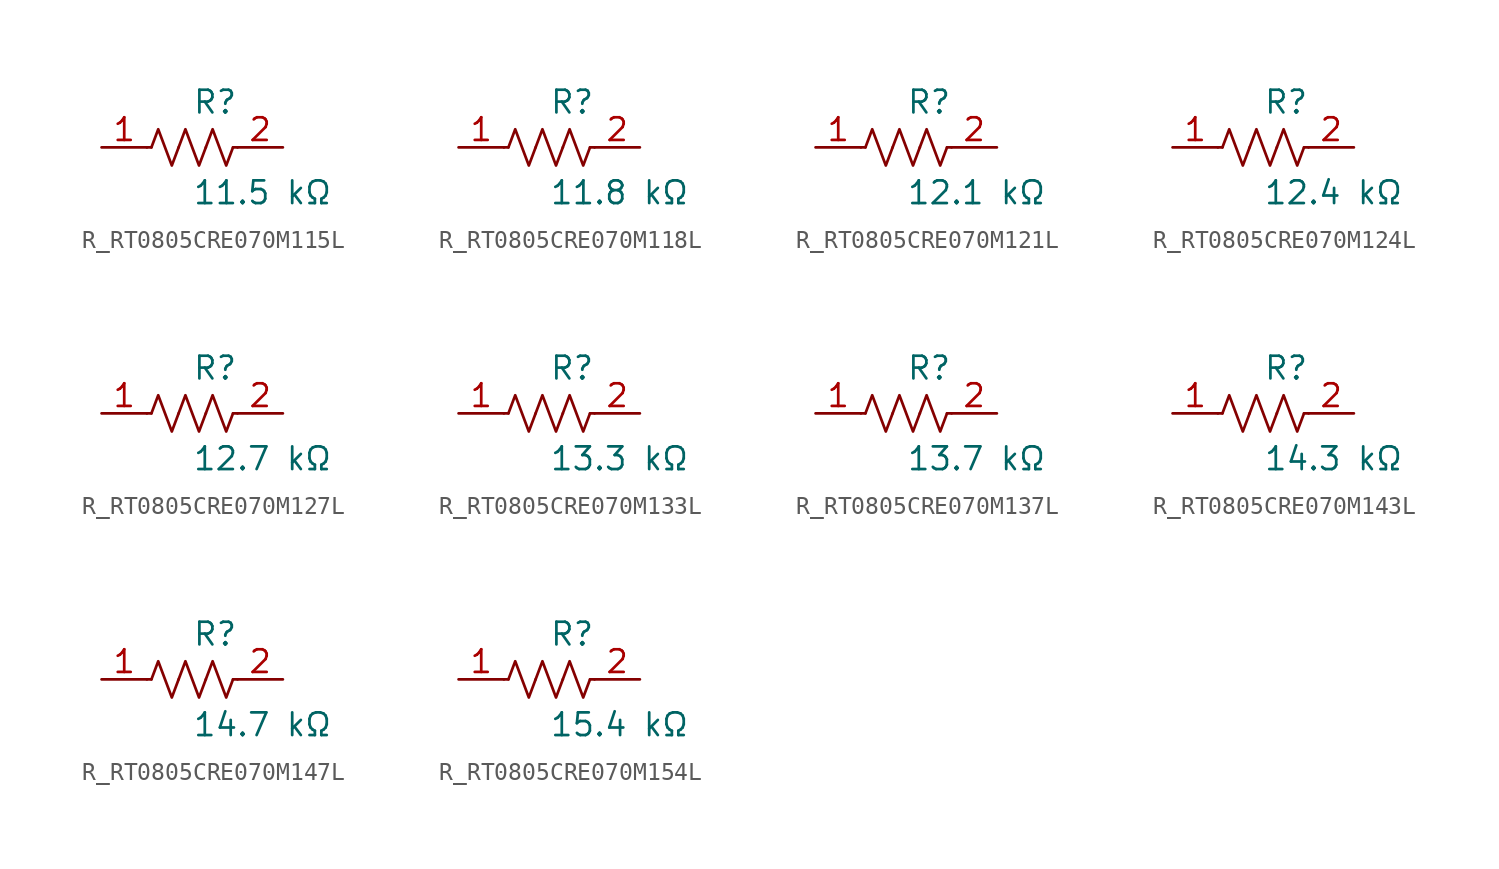
<source format=kicad_sym>
(kicad_symbol_lib
  (version 20231120)
  (generator kicad_symbol_editor)
  (generator_version 8.0)
  (symbol "R_RT0805CRE070M115L"
    (pin_names
      (offset 0.254))
    (property "Reference" "R"
      (at 0.0 2.54 0)
      (effects (font (size 1.27 1.27)) (justify left)))
    (property "Value" "11.5 kΩ"
      (at 0.0 -2.54 0)
      (effects (font (size 1.27 1.27)) (justify left)))
    (symbol "R_RT0805CRE070M115L_0_1"
      (polyline (pts (xy 2.286 0) (xy 2.54 0)) (stroke (width 0) (type default)) (fill (type none)))
      (polyline (pts (xy -2.286 0) (xy -2.54 0)) (stroke (width 0) (type default)) (fill (type none)))
      (polyline (pts (xy 0.762 0) (xy 1.143 1.016) (xy 1.524 0) (xy 1.905 -1.016) (xy 2.286 0)) (stroke (width 0) (type default)) (fill (type none)))
      (polyline (pts (xy -0.762 0) (xy -0.381 1.016) (xy 0 0) (xy 0.381 -1.016) (xy 0.762 0)) (stroke (width 0) (type default)) (fill (type none)))
      (polyline (pts (xy -2.286 0) (xy -1.905 1.016) (xy -1.524 0) (xy -1.143 -1.016) (xy -0.762 0)) (stroke (width 0) (type default)) (fill (type none))))
    (pin unspecified line
      (at -5.08 0 0)
      (length 2.54)
      (name "" (effects (font (size 1.27 1.27))))
      (number "1" (effects (font (size 1.27 1.27)))))
    (pin unspecified line
      (at 5.08 0 180)
      (length 2.54)
      (name "" (effects (font (size 1.27 1.27))))
      (number "2" (effects (font (size 1.27 1.27))))))
  (symbol "R_RT0805CRE070M118L"
    (pin_names
      (offset 0.254))
    (property "Reference" "R"
      (at 0.0 2.54 0)
      (effects (font (size 1.27 1.27)) (justify left)))
    (property "Value" "11.8 kΩ"
      (at 0.0 -2.54 0)
      (effects (font (size 1.27 1.27)) (justify left)))
    (symbol "R_RT0805CRE070M118L_0_1"
      (polyline (pts (xy 2.286 0) (xy 2.54 0)) (stroke (width 0) (type default)) (fill (type none)))
      (polyline (pts (xy -2.286 0) (xy -2.54 0)) (stroke (width 0) (type default)) (fill (type none)))
      (polyline (pts (xy 0.762 0) (xy 1.143 1.016) (xy 1.524 0) (xy 1.905 -1.016) (xy 2.286 0)) (stroke (width 0) (type default)) (fill (type none)))
      (polyline (pts (xy -0.762 0) (xy -0.381 1.016) (xy 0 0) (xy 0.381 -1.016) (xy 0.762 0)) (stroke (width 0) (type default)) (fill (type none)))
      (polyline (pts (xy -2.286 0) (xy -1.905 1.016) (xy -1.524 0) (xy -1.143 -1.016) (xy -0.762 0)) (stroke (width 0) (type default)) (fill (type none))))
    (pin unspecified line
      (at -5.08 0 0)
      (length 2.54)
      (name "" (effects (font (size 1.27 1.27))))
      (number "1" (effects (font (size 1.27 1.27)))))
    (pin unspecified line
      (at 5.08 0 180)
      (length 2.54)
      (name "" (effects (font (size 1.27 1.27))))
      (number "2" (effects (font (size 1.27 1.27))))))
  (symbol "R_RT0805CRE070M121L"
    (pin_names
      (offset 0.254))
    (property "Reference" "R"
      (at 0.0 2.54 0)
      (effects (font (size 1.27 1.27)) (justify left)))
    (property "Value" "12.1 kΩ"
      (at 0.0 -2.54 0)
      (effects (font (size 1.27 1.27)) (justify left)))
    (symbol "R_RT0805CRE070M121L_0_1"
      (polyline (pts (xy 2.286 0) (xy 2.54 0)) (stroke (width 0) (type default)) (fill (type none)))
      (polyline (pts (xy -2.286 0) (xy -2.54 0)) (stroke (width 0) (type default)) (fill (type none)))
      (polyline (pts (xy 0.762 0) (xy 1.143 1.016) (xy 1.524 0) (xy 1.905 -1.016) (xy 2.286 0)) (stroke (width 0) (type default)) (fill (type none)))
      (polyline (pts (xy -0.762 0) (xy -0.381 1.016) (xy 0 0) (xy 0.381 -1.016) (xy 0.762 0)) (stroke (width 0) (type default)) (fill (type none)))
      (polyline (pts (xy -2.286 0) (xy -1.905 1.016) (xy -1.524 0) (xy -1.143 -1.016) (xy -0.762 0)) (stroke (width 0) (type default)) (fill (type none))))
    (pin unspecified line
      (at -5.08 0 0)
      (length 2.54)
      (name "" (effects (font (size 1.27 1.27))))
      (number "1" (effects (font (size 1.27 1.27)))))
    (pin unspecified line
      (at 5.08 0 180)
      (length 2.54)
      (name "" (effects (font (size 1.27 1.27))))
      (number "2" (effects (font (size 1.27 1.27))))))
  (symbol "R_RT0805CRE070M124L"
    (pin_names
      (offset 0.254))
    (property "Reference" "R"
      (at 0.0 2.54 0)
      (effects (font (size 1.27 1.27)) (justify left)))
    (property "Value" "12.4 kΩ"
      (at 0.0 -2.54 0)
      (effects (font (size 1.27 1.27)) (justify left)))
    (symbol "R_RT0805CRE070M124L_0_1"
      (polyline (pts (xy 2.286 0) (xy 2.54 0)) (stroke (width 0) (type default)) (fill (type none)))
      (polyline (pts (xy -2.286 0) (xy -2.54 0)) (stroke (width 0) (type default)) (fill (type none)))
      (polyline (pts (xy 0.762 0) (xy 1.143 1.016) (xy 1.524 0) (xy 1.905 -1.016) (xy 2.286 0)) (stroke (width 0) (type default)) (fill (type none)))
      (polyline (pts (xy -0.762 0) (xy -0.381 1.016) (xy 0 0) (xy 0.381 -1.016) (xy 0.762 0)) (stroke (width 0) (type default)) (fill (type none)))
      (polyline (pts (xy -2.286 0) (xy -1.905 1.016) (xy -1.524 0) (xy -1.143 -1.016) (xy -0.762 0)) (stroke (width 0) (type default)) (fill (type none))))
    (pin unspecified line
      (at -5.08 0 0)
      (length 2.54)
      (name "" (effects (font (size 1.27 1.27))))
      (number "1" (effects (font (size 1.27 1.27)))))
    (pin unspecified line
      (at 5.08 0 180)
      (length 2.54)
      (name "" (effects (font (size 1.27 1.27))))
      (number "2" (effects (font (size 1.27 1.27))))))
  (symbol "R_RT0805CRE070M127L"
    (pin_names
      (offset 0.254))
    (property "Reference" "R"
      (at 0.0 2.54 0)
      (effects (font (size 1.27 1.27)) (justify left)))
    (property "Value" "12.7 kΩ"
      (at 0.0 -2.54 0)
      (effects (font (size 1.27 1.27)) (justify left)))
    (symbol "R_RT0805CRE070M127L_0_1"
      (polyline (pts (xy 2.286 0) (xy 2.54 0)) (stroke (width 0) (type default)) (fill (type none)))
      (polyline (pts (xy -2.286 0) (xy -2.54 0)) (stroke (width 0) (type default)) (fill (type none)))
      (polyline (pts (xy 0.762 0) (xy 1.143 1.016) (xy 1.524 0) (xy 1.905 -1.016) (xy 2.286 0)) (stroke (width 0) (type default)) (fill (type none)))
      (polyline (pts (xy -0.762 0) (xy -0.381 1.016) (xy 0 0) (xy 0.381 -1.016) (xy 0.762 0)) (stroke (width 0) (type default)) (fill (type none)))
      (polyline (pts (xy -2.286 0) (xy -1.905 1.016) (xy -1.524 0) (xy -1.143 -1.016) (xy -0.762 0)) (stroke (width 0) (type default)) (fill (type none))))
    (pin unspecified line
      (at -5.08 0 0)
      (length 2.54)
      (name "" (effects (font (size 1.27 1.27))))
      (number "1" (effects (font (size 1.27 1.27)))))
    (pin unspecified line
      (at 5.08 0 180)
      (length 2.54)
      (name "" (effects (font (size 1.27 1.27))))
      (number "2" (effects (font (size 1.27 1.27))))))
  (symbol "R_RT0805CRE070M133L"
    (pin_names
      (offset 0.254))
    (property "Reference" "R"
      (at 0.0 2.54 0)
      (effects (font (size 1.27 1.27)) (justify left)))
    (property "Value" "13.3 kΩ"
      (at 0.0 -2.54 0)
      (effects (font (size 1.27 1.27)) (justify left)))
    (symbol "R_RT0805CRE070M133L_0_1"
      (polyline (pts (xy 2.286 0) (xy 2.54 0)) (stroke (width 0) (type default)) (fill (type none)))
      (polyline (pts (xy -2.286 0) (xy -2.54 0)) (stroke (width 0) (type default)) (fill (type none)))
      (polyline (pts (xy 0.762 0) (xy 1.143 1.016) (xy 1.524 0) (xy 1.905 -1.016) (xy 2.286 0)) (stroke (width 0) (type default)) (fill (type none)))
      (polyline (pts (xy -0.762 0) (xy -0.381 1.016) (xy 0 0) (xy 0.381 -1.016) (xy 0.762 0)) (stroke (width 0) (type default)) (fill (type none)))
      (polyline (pts (xy -2.286 0) (xy -1.905 1.016) (xy -1.524 0) (xy -1.143 -1.016) (xy -0.762 0)) (stroke (width 0) (type default)) (fill (type none))))
    (pin unspecified line
      (at -5.08 0 0)
      (length 2.54)
      (name "" (effects (font (size 1.27 1.27))))
      (number "1" (effects (font (size 1.27 1.27)))))
    (pin unspecified line
      (at 5.08 0 180)
      (length 2.54)
      (name "" (effects (font (size 1.27 1.27))))
      (number "2" (effects (font (size 1.27 1.27))))))
  (symbol "R_RT0805CRE070M137L"
    (pin_names
      (offset 0.254))
    (property "Reference" "R"
      (at 0.0 2.54 0)
      (effects (font (size 1.27 1.27)) (justify left)))
    (property "Value" "13.7 kΩ"
      (at 0.0 -2.54 0)
      (effects (font (size 1.27 1.27)) (justify left)))
    (symbol "R_RT0805CRE070M137L_0_1"
      (polyline (pts (xy 2.286 0) (xy 2.54 0)) (stroke (width 0) (type default)) (fill (type none)))
      (polyline (pts (xy -2.286 0) (xy -2.54 0)) (stroke (width 0) (type default)) (fill (type none)))
      (polyline (pts (xy 0.762 0) (xy 1.143 1.016) (xy 1.524 0) (xy 1.905 -1.016) (xy 2.286 0)) (stroke (width 0) (type default)) (fill (type none)))
      (polyline (pts (xy -0.762 0) (xy -0.381 1.016) (xy 0 0) (xy 0.381 -1.016) (xy 0.762 0)) (stroke (width 0) (type default)) (fill (type none)))
      (polyline (pts (xy -2.286 0) (xy -1.905 1.016) (xy -1.524 0) (xy -1.143 -1.016) (xy -0.762 0)) (stroke (width 0) (type default)) (fill (type none))))
    (pin unspecified line
      (at -5.08 0 0)
      (length 2.54)
      (name "" (effects (font (size 1.27 1.27))))
      (number "1" (effects (font (size 1.27 1.27)))))
    (pin unspecified line
      (at 5.08 0 180)
      (length 2.54)
      (name "" (effects (font (size 1.27 1.27))))
      (number "2" (effects (font (size 1.27 1.27))))))
  (symbol "R_RT0805CRE070M143L"
    (pin_names
      (offset 0.254))
    (property "Reference" "R"
      (at 0.0 2.54 0)
      (effects (font (size 1.27 1.27)) (justify left)))
    (property "Value" "14.3 kΩ"
      (at 0.0 -2.54 0)
      (effects (font (size 1.27 1.27)) (justify left)))
    (symbol "R_RT0805CRE070M143L_0_1"
      (polyline (pts (xy 2.286 0) (xy 2.54 0)) (stroke (width 0) (type default)) (fill (type none)))
      (polyline (pts (xy -2.286 0) (xy -2.54 0)) (stroke (width 0) (type default)) (fill (type none)))
      (polyline (pts (xy 0.762 0) (xy 1.143 1.016) (xy 1.524 0) (xy 1.905 -1.016) (xy 2.286 0)) (stroke (width 0) (type default)) (fill (type none)))
      (polyline (pts (xy -0.762 0) (xy -0.381 1.016) (xy 0 0) (xy 0.381 -1.016) (xy 0.762 0)) (stroke (width 0) (type default)) (fill (type none)))
      (polyline (pts (xy -2.286 0) (xy -1.905 1.016) (xy -1.524 0) (xy -1.143 -1.016) (xy -0.762 0)) (stroke (width 0) (type default)) (fill (type none))))
    (pin unspecified line
      (at -5.08 0 0)
      (length 2.54)
      (name "" (effects (font (size 1.27 1.27))))
      (number "1" (effects (font (size 1.27 1.27)))))
    (pin unspecified line
      (at 5.08 0 180)
      (length 2.54)
      (name "" (effects (font (size 1.27 1.27))))
      (number "2" (effects (font (size 1.27 1.27))))))
  (symbol "R_RT0805CRE070M147L"
    (pin_names
      (offset 0.254))
    (property "Reference" "R"
      (at 0.0 2.54 0)
      (effects (font (size 1.27 1.27)) (justify left)))
    (property "Value" "14.7 kΩ"
      (at 0.0 -2.54 0)
      (effects (font (size 1.27 1.27)) (justify left)))
    (symbol "R_RT0805CRE070M147L_0_1"
      (polyline (pts (xy 2.286 0) (xy 2.54 0)) (stroke (width 0) (type default)) (fill (type none)))
      (polyline (pts (xy -2.286 0) (xy -2.54 0)) (stroke (width 0) (type default)) (fill (type none)))
      (polyline (pts (xy 0.762 0) (xy 1.143 1.016) (xy 1.524 0) (xy 1.905 -1.016) (xy 2.286 0)) (stroke (width 0) (type default)) (fill (type none)))
      (polyline (pts (xy -0.762 0) (xy -0.381 1.016) (xy 0 0) (xy 0.381 -1.016) (xy 0.762 0)) (stroke (width 0) (type default)) (fill (type none)))
      (polyline (pts (xy -2.286 0) (xy -1.905 1.016) (xy -1.524 0) (xy -1.143 -1.016) (xy -0.762 0)) (stroke (width 0) (type default)) (fill (type none))))
    (pin unspecified line
      (at -5.08 0 0)
      (length 2.54)
      (name "" (effects (font (size 1.27 1.27))))
      (number "1" (effects (font (size 1.27 1.27)))))
    (pin unspecified line
      (at 5.08 0 180)
      (length 2.54)
      (name "" (effects (font (size 1.27 1.27))))
      (number "2" (effects (font (size 1.27 1.27))))))
  (symbol "R_RT0805CRE070M154L"
    (pin_names
      (offset 0.254))
    (property "Reference" "R"
      (at 0.0 2.54 0)
      (effects (font (size 1.27 1.27)) (justify left)))
    (property "Value" "15.4 kΩ"
      (at 0.0 -2.54 0)
      (effects (font (size 1.27 1.27)) (justify left)))
    (symbol "R_RT0805CRE070M154L_0_1"
      (polyline (pts (xy 2.286 0) (xy 2.54 0)) (stroke (width 0) (type default)) (fill (type none)))
      (polyline (pts (xy -2.286 0) (xy -2.54 0)) (stroke (width 0) (type default)) (fill (type none)))
      (polyline (pts (xy 0.762 0) (xy 1.143 1.016) (xy 1.524 0) (xy 1.905 -1.016) (xy 2.286 0)) (stroke (width 0) (type default)) (fill (type none)))
      (polyline (pts (xy -0.762 0) (xy -0.381 1.016) (xy 0 0) (xy 0.381 -1.016) (xy 0.762 0)) (stroke (width 0) (type default)) (fill (type none)))
      (polyline (pts (xy -2.286 0) (xy -1.905 1.016) (xy -1.524 0) (xy -1.143 -1.016) (xy -0.762 0)) (stroke (width 0) (type default)) (fill (type none))))
    (pin unspecified line
      (at -5.08 0 0)
      (length 2.54)
      (name "" (effects (font (size 1.27 1.27))))
      (number "1" (effects (font (size 1.27 1.27)))))
    (pin unspecified line
      (at 5.08 0 180)
      (length 2.54)
      (name "" (effects (font (size 1.27 1.27))))
      (number "2" (effects (font (size 1.27 1.27)))))))
</source>
